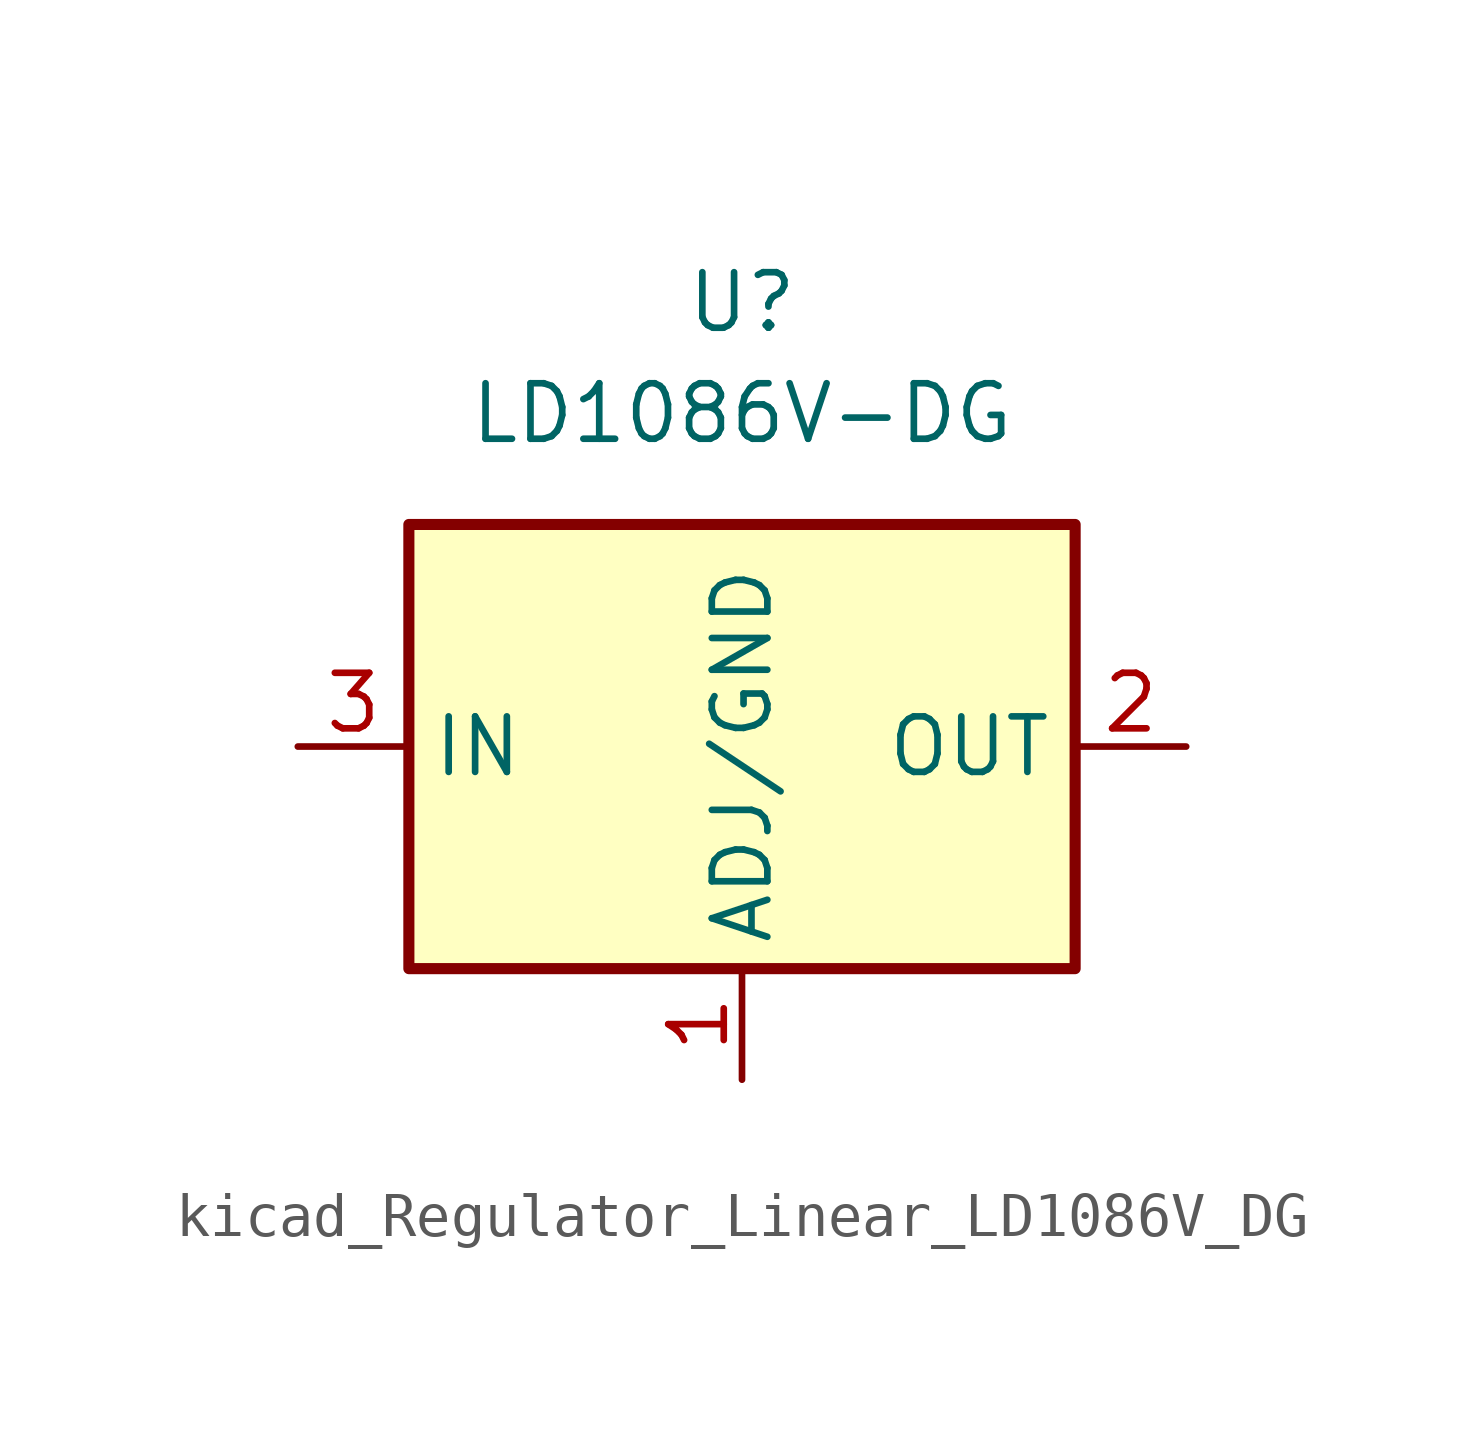
<source format=kicad_sym>
(kicad_symbol_lib
  (version 20220914)
  (generator kicad_symbol_editor)
  (symbol "kicad_Regulator_Linear_LD1086V_DG"
    (property "Reference" "U"
      (at 0 10.16 0)
      (effects (font (size 1.27 1.27))))
    (property "Value" "LD1086V-DG"
      (at 0 7.62 0)
      (effects (font (size 1.27 1.27))))
    (symbol "kicad_Regulator_Linear_LD1086V_DG_1_1"
      (rectangle (start -7.62 -5.08) (end 7.62 5.08) (stroke (width 0.254) (type default)) (fill (type background)))
      (pin input line (at 0 -7.62 90) (length 2.54) (name "ADJ/GND" (effects (font (size 1.27 1.27)))) (number "1" (effects (font (size 1.27 1.27)))))
      (pin power_out line (at 10.16 0 180) (length 2.54) (name "OUT" (effects (font (size 1.27 1.27)))) (number "2" (effects (font (size 1.27 1.27)))))
      (pin power_in line (at -10.16 0 0) (length 2.54) (name "IN" (effects (font (size 1.27 1.27)))) (number "3" (effects (font (size 1.27 1.27))))))))
</source>
